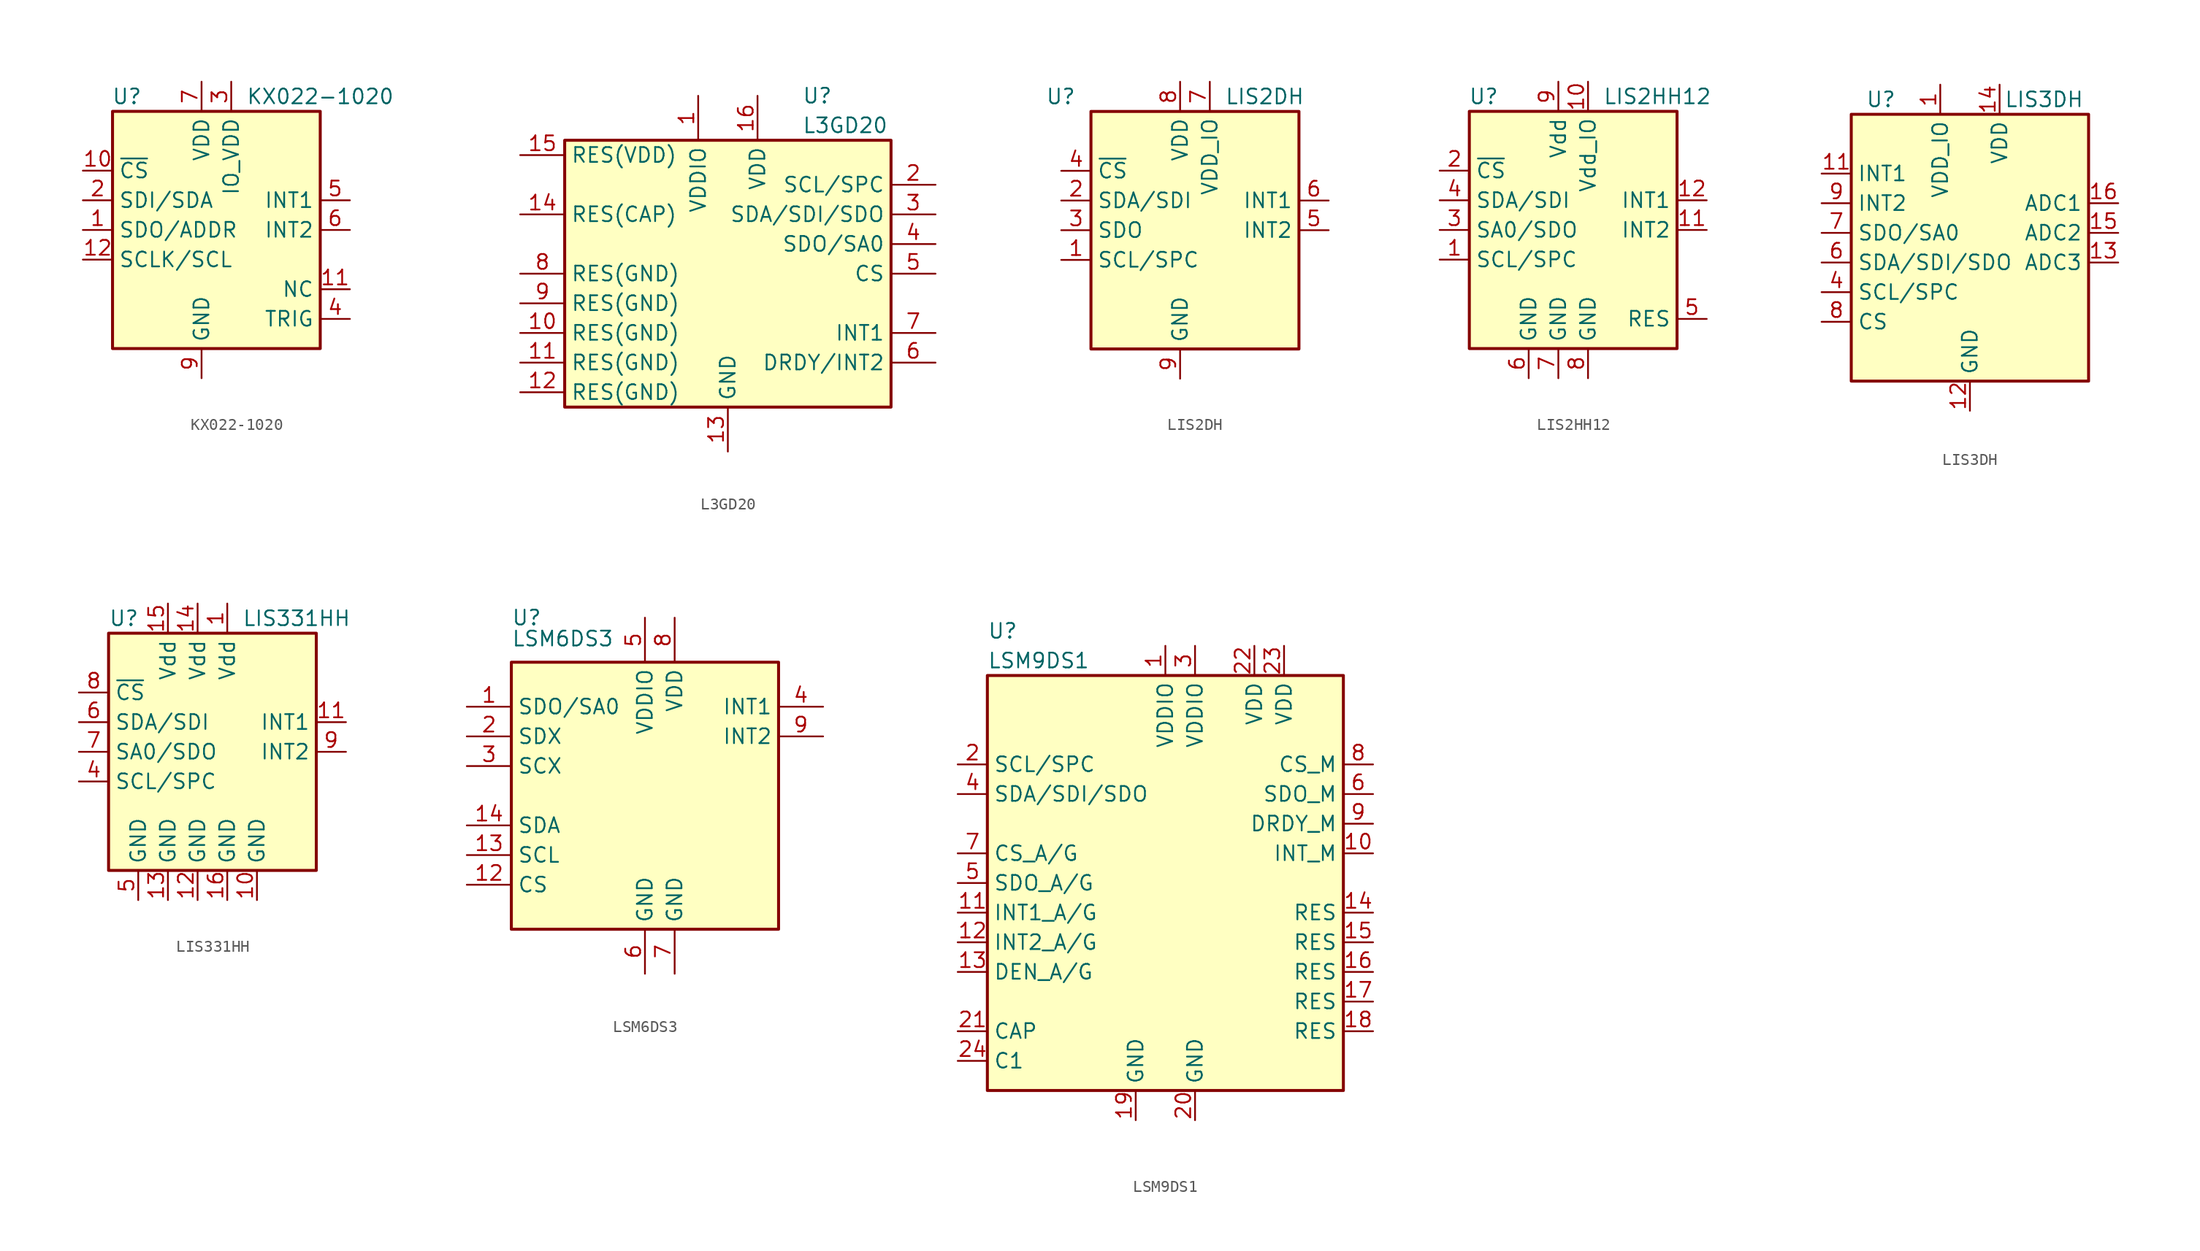
<source format=kicad_sym>
(kicad_symbol_lib
  (version 20201005)
  (generator kicad_symbol_editor)
  (symbol "Sensor_Motion:KX022-1020"
    (property "Reference" "U"
      (at -5.08 11.43 0)
      (effects (font (size 1.27 1.27)) (justify right)))
    (property "Value" "KX022-1020"
      (at 3.81 11.43 0)
      (effects (font (size 1.27 1.27)) (justify left)))
    (symbol "KX022-1020_0_1"
      (rectangle (start -7.62 10.16) (end 10.16 -10.16) (stroke (width 0.254)) (fill (type background))))
    (symbol "KX022-1020_1_1"
      (pin bidirectional line (at -10.16 0 0) (length 2.54) (name "SDO/ADDR" (effects (font (size 1.27 1.27)))) (number "1" (effects (font (size 1.27 1.27)))))
      (pin input line (at -10.16 5.08 0) (length 2.54) (name "~CS" (effects (font (size 1.27 1.27)))) (number "10" (effects (font (size 1.27 1.27)))))
      (pin passive line (at 12.7 -5.08 180) (length 2.54) (name "NC" (effects (font (size 1.27 1.27)))) (number "11" (effects (font (size 1.27 1.27)))))
      (pin input line (at -10.16 -2.54 0) (length 2.54) (name "SCLK/SCL" (effects (font (size 1.27 1.27)))) (number "12" (effects (font (size 1.27 1.27)))))
      (pin bidirectional line (at -10.16 2.54 0) (length 2.54) (name "SDI/SDA" (effects (font (size 1.27 1.27)))) (number "2" (effects (font (size 1.27 1.27)))))
      (pin power_in line (at 2.54 12.7 270) (length 2.54) (name "IO_VDD" (effects (font (size 1.27 1.27)))) (number "3" (effects (font (size 1.27 1.27)))))
      (pin input line (at 12.7 -7.62 180) (length 2.54) (name "TRIG" (effects (font (size 1.27 1.27)))) (number "4" (effects (font (size 1.27 1.27)))))
      (pin output line (at 12.7 2.54 180) (length 2.54) (name "INT1" (effects (font (size 1.27 1.27)))) (number "5" (effects (font (size 1.27 1.27)))))
      (pin output line (at 12.7 0 180) (length 2.54) (name "INT2" (effects (font (size 1.27 1.27)))) (number "6" (effects (font (size 1.27 1.27)))))
      (pin power_in line (at 0 12.7 270) (length 2.54) (name "VDD" (effects (font (size 1.27 1.27)))) (number "7" (effects (font (size 1.27 1.27)))))
      (pin power_in line (at 0 -12.7 90) (length 2.54) (name "GND" (effects (font (size 1.27 1.27)))) (number "9" (effects (font (size 1.27 1.27)))))))
  (symbol "Sensor_Motion:L3GD20"
    (property "Reference" "U"
      (at 6.35 15.24 0)
      (effects (font (size 1.27 1.27)) (justify left)))
    (property "Value" "L3GD20"
      (at 6.35 12.7 0)
      (effects (font (size 1.27 1.27)) (justify left)))
    (symbol "L3GD20_0_1"
      (rectangle (start -13.97 11.43) (end 13.97 -11.43) (stroke (width 0.254)) (fill (type background))))
    (symbol "L3GD20_1_1"
      (pin power_in line (at -2.54 15.24 270) (length 3.81) (name "VDDIO" (effects (font (size 1.27 1.27)))) (number "1" (effects (font (size 1.27 1.27)))))
      (pin passive line (at -17.78 -5.08 0) (length 3.81) (name "RES(GND)" (effects (font (size 1.27 1.27)))) (number "10" (effects (font (size 1.27 1.27)))))
      (pin passive line (at -17.78 -7.62 0) (length 3.81) (name "RES(GND)" (effects (font (size 1.27 1.27)))) (number "11" (effects (font (size 1.27 1.27)))))
      (pin passive line (at -17.78 -10.16 0) (length 3.81) (name "RES(GND)" (effects (font (size 1.27 1.27)))) (number "12" (effects (font (size 1.27 1.27)))))
      (pin power_in line (at 0 -15.24 90) (length 3.81) (name "GND" (effects (font (size 1.27 1.27)))) (number "13" (effects (font (size 1.27 1.27)))))
      (pin passive line (at -17.78 5.08 0) (length 3.81) (name "RES(CAP)" (effects (font (size 1.27 1.27)))) (number "14" (effects (font (size 1.27 1.27)))))
      (pin passive line (at -17.78 10.16 0) (length 3.81) (name "RES(VDD)" (effects (font (size 1.27 1.27)))) (number "15" (effects (font (size 1.27 1.27)))))
      (pin power_in line (at 2.54 15.24 270) (length 3.81) (name "VDD" (effects (font (size 1.27 1.27)))) (number "16" (effects (font (size 1.27 1.27)))))
      (pin input line (at 17.78 7.62 180) (length 3.81) (name "SCL/SPC" (effects (font (size 1.27 1.27)))) (number "2" (effects (font (size 1.27 1.27)))))
      (pin bidirectional line (at 17.78 5.08 180) (length 3.81) (name "SDA/SDI/SDO" (effects (font (size 1.27 1.27)))) (number "3" (effects (font (size 1.27 1.27)))))
      (pin output line (at 17.78 2.54 180) (length 3.81) (name "SDO/SA0" (effects (font (size 1.27 1.27)))) (number "4" (effects (font (size 1.27 1.27)))))
      (pin input line (at 17.78 0 180) (length 3.81) (name "CS" (effects (font (size 1.27 1.27)))) (number "5" (effects (font (size 1.27 1.27)))))
      (pin output line (at 17.78 -7.62 180) (length 3.81) (name "DRDY/INT2" (effects (font (size 1.27 1.27)))) (number "6" (effects (font (size 1.27 1.27)))))
      (pin output line (at 17.78 -5.08 180) (length 3.81) (name "INT1" (effects (font (size 1.27 1.27)))) (number "7" (effects (font (size 1.27 1.27)))))
      (pin passive line (at -17.78 0 0) (length 3.81) (name "RES(GND)" (effects (font (size 1.27 1.27)))) (number "8" (effects (font (size 1.27 1.27)))))
      (pin passive line (at -17.78 -2.54 0) (length 3.81) (name "RES(GND)" (effects (font (size 1.27 1.27)))) (number "9" (effects (font (size 1.27 1.27)))))))
  (symbol "Sensor_Motion:LIS2DH"
    (property "Reference" "U"
      (at -8.89 11.43 0)
      (effects (font (size 1.27 1.27)) (justify right)))
    (property "Value" "LIS2DH"
      (at 3.81 11.43 0)
      (effects (font (size 1.27 1.27)) (justify left)))
    (symbol "LIS2DH_0_1"
      (rectangle (start -7.62 10.16) (end 10.16 -10.16) (stroke (width 0.254)) (fill (type background))))
    (symbol "LIS2DH_1_1"
      (pin input line (at -10.16 -2.54 0) (length 2.54) (name "SCL/SPC" (effects (font (size 1.27 1.27)))) (number "1" (effects (font (size 1.27 1.27)))))
      (pin passive line (at 0 -12.7 90) (length 2.54) hide (name "GND" (effects (font (size 1.27 1.27)))) (number "10" (effects (font (size 1.27 1.27)))))
      (pin passive line (at 0 -12.7 90) (length 2.54) hide (name "GND" (effects (font (size 1.27 1.27)))) (number "11" (effects (font (size 1.27 1.27)))))
      (pin passive line (at 0 -12.7 90) (length 2.54) hide (name "GND" (effects (font (size 1.27 1.27)))) (number "12" (effects (font (size 1.27 1.27)))))
      (pin passive line (at 0 -12.7 90) (length 2.54) hide (name "GND" (effects (font (size 1.27 1.27)))) (number "13" (effects (font (size 1.27 1.27)))))
      (pin passive line (at 0 -12.7 90) (length 2.54) hide (name "GND" (effects (font (size 1.27 1.27)))) (number "14" (effects (font (size 1.27 1.27)))))
      (pin bidirectional line (at -10.16 2.54 0) (length 2.54) (name "SDA/SDI" (effects (font (size 1.27 1.27)))) (number "2" (effects (font (size 1.27 1.27)))))
      (pin bidirectional line (at -10.16 0 0) (length 2.54) (name "SDO" (effects (font (size 1.27 1.27)))) (number "3" (effects (font (size 1.27 1.27)))) (alternate "SA0" passive line))
      (pin input line (at -10.16 5.08 0) (length 2.54) (name "~CS" (effects (font (size 1.27 1.27)))) (number "4" (effects (font (size 1.27 1.27)))))
      (pin output line (at 12.7 0 180) (length 2.54) (name "INT2" (effects (font (size 1.27 1.27)))) (number "5" (effects (font (size 1.27 1.27)))))
      (pin output line (at 12.7 2.54 180) (length 2.54) (name "INT1" (effects (font (size 1.27 1.27)))) (number "6" (effects (font (size 1.27 1.27)))))
      (pin power_in line (at 2.54 12.7 270) (length 2.54) (name "VDD_IO" (effects (font (size 1.27 1.27)))) (number "7" (effects (font (size 1.27 1.27)))))
      (pin power_in line (at 0 12.7 270) (length 2.54) (name "VDD" (effects (font (size 1.27 1.27)))) (number "8" (effects (font (size 1.27 1.27)))))
      (pin power_in line (at 0 -12.7 90) (length 2.54) (name "GND" (effects (font (size 1.27 1.27)))) (number "9" (effects (font (size 1.27 1.27)))))))
  (symbol "Sensor_Motion:LIS2HH12"
    (property "Reference" "U"
      (at -5.08 11.43 0)
      (effects (font (size 1.27 1.27)) (justify right)))
    (property "Value" "LIS2HH12"
      (at 3.81 11.43 0)
      (effects (font (size 1.27 1.27)) (justify left)))
    (symbol "LIS2HH12_0_1"
      (rectangle (start -7.62 10.16) (end 10.16 -10.16) (stroke (width 0.254)) (fill (type background))))
    (symbol "LIS2HH12_1_1"
      (pin input line (at -10.16 -2.54 0) (length 2.54) (name "SCL/SPC" (effects (font (size 1.27 1.27)))) (number "1" (effects (font (size 1.27 1.27)))))
      (pin power_in line (at 2.54 12.7 270) (length 2.54) (name "Vdd_IO" (effects (font (size 1.27 1.27)))) (number "10" (effects (font (size 1.27 1.27)))))
      (pin output line (at 12.7 0 180) (length 2.54) (name "INT2" (effects (font (size 1.27 1.27)))) (number "11" (effects (font (size 1.27 1.27)))))
      (pin output line (at 12.7 2.54 180) (length 2.54) (name "INT1" (effects (font (size 1.27 1.27)))) (number "12" (effects (font (size 1.27 1.27)))))
      (pin input line (at -10.16 5.08 0) (length 2.54) (name "~CS" (effects (font (size 1.27 1.27)))) (number "2" (effects (font (size 1.27 1.27)))))
      (pin bidirectional line (at -10.16 0 0) (length 2.54) (name "SA0/SDO" (effects (font (size 1.27 1.27)))) (number "3" (effects (font (size 1.27 1.27)))))
      (pin bidirectional line (at -10.16 2.54 0) (length 2.54) (name "SDA/SDI" (effects (font (size 1.27 1.27)))) (number "4" (effects (font (size 1.27 1.27)))))
      (pin passive line (at 12.7 -7.62 180) (length 2.54) (name "RES" (effects (font (size 1.27 1.27)))) (number "5" (effects (font (size 1.27 1.27)))))
      (pin power_in line (at -2.54 -12.7 90) (length 2.54) (name "GND" (effects (font (size 1.27 1.27)))) (number "6" (effects (font (size 1.27 1.27)))))
      (pin power_in line (at 0 -12.7 90) (length 2.54) (name "GND" (effects (font (size 1.27 1.27)))) (number "7" (effects (font (size 1.27 1.27)))))
      (pin power_in line (at 2.54 -12.7 90) (length 2.54) (name "GND" (effects (font (size 1.27 1.27)))) (number "8" (effects (font (size 1.27 1.27)))))
      (pin power_in line (at 0 12.7 270) (length 2.54) (name "Vdd" (effects (font (size 1.27 1.27)))) (number "9" (effects (font (size 1.27 1.27)))))))
  (symbol "Sensor_Motion:LIS3DH"
    (property "Reference" "U"
      (at -7.62 11.43 0)
      (effects (font (size 1.27 1.27))))
    (property "Value" "LIS3DH"
      (at 6.35 11.43 0)
      (effects (font (size 1.27 1.27))))
    (symbol "LIS3DH_0_1"
      (rectangle (start -10.16 10.16) (end 10.16 -12.7) (stroke (width 0.254)) (fill (type background))))
    (symbol "LIS3DH_1_1"
      (pin power_in line (at -2.54 12.7 270) (length 2.54) (name "VDD_IO" (effects (font (size 1.27 1.27)))) (number "1" (effects (font (size 1.27 1.27)))))
      (pin passive line (at 0 -15.24 90) (length 2.54) hide (name "GND" (effects (font (size 1.27 1.27)))) (number "10" (effects (font (size 1.27 1.27)))))
      (pin output line (at -12.7 5.08 0) (length 2.54) (name "INT1" (effects (font (size 1.27 1.27)))) (number "11" (effects (font (size 1.27 1.27)))))
      (pin power_in line (at 0 -15.24 90) (length 2.54) (name "GND" (effects (font (size 1.27 1.27)))) (number "12" (effects (font (size 1.27 1.27)))))
      (pin input line (at 12.7 -2.54 180) (length 2.54) (name "ADC3" (effects (font (size 1.27 1.27)))) (number "13" (effects (font (size 1.27 1.27)))))
      (pin power_in line (at 2.54 12.7 270) (length 2.54) (name "VDD" (effects (font (size 1.27 1.27)))) (number "14" (effects (font (size 1.27 1.27)))))
      (pin input line (at 12.7 0 180) (length 2.54) (name "ADC2" (effects (font (size 1.27 1.27)))) (number "15" (effects (font (size 1.27 1.27)))))
      (pin input line (at 12.7 2.54 180) (length 2.54) (name "ADC1" (effects (font (size 1.27 1.27)))) (number "16" (effects (font (size 1.27 1.27)))))
      (pin no_connect line (at 10.16 5.08 180) (length 2.54) hide (name "NC" (effects (font (size 1.27 1.27)))) (number "2" (effects (font (size 1.27 1.27)))))
      (pin no_connect line (at 10.16 7.62 180) (length 2.54) hide (name "NC" (effects (font (size 1.27 1.27)))) (number "3" (effects (font (size 1.27 1.27)))))
      (pin input line (at -12.7 -5.08 0) (length 2.54) (name "SCL/SPC" (effects (font (size 1.27 1.27)))) (number "4" (effects (font (size 1.27 1.27)))))
      (pin passive line (at 0 -15.24 90) (length 2.54) hide (name "GND" (effects (font (size 1.27 1.27)))) (number "5" (effects (font (size 1.27 1.27)))))
      (pin bidirectional line (at -12.7 -2.54 0) (length 2.54) (name "SDA/SDI/SDO" (effects (font (size 1.27 1.27)))) (number "6" (effects (font (size 1.27 1.27)))))
      (pin bidirectional line (at -12.7 0 0) (length 2.54) (name "SDO/SA0" (effects (font (size 1.27 1.27)))) (number "7" (effects (font (size 1.27 1.27)))))
      (pin input line (at -12.7 -7.62 0) (length 2.54) (name "CS" (effects (font (size 1.27 1.27)))) (number "8" (effects (font (size 1.27 1.27)))))
      (pin output line (at -12.7 2.54 0) (length 2.54) (name "INT2" (effects (font (size 1.27 1.27)))) (number "9" (effects (font (size 1.27 1.27)))))))
  (symbol "Sensor_Motion:LIS331HH"
    (property "Reference" "U"
      (at -7.62 11.43 0)
      (effects (font (size 1.27 1.27)) (justify left)))
    (property "Value" "LIS331HH"
      (at 3.81 11.43 0)
      (effects (font (size 1.27 1.27)) (justify left)))
    (symbol "LIS331HH_0_1"
      (rectangle (start -7.62 10.16) (end 10.16 -10.16) (stroke (width 0.254)) (fill (type background))))
    (symbol "LIS331HH_1_1"
      (pin power_in line (at 2.54 12.7 270) (length 2.54) (name "Vdd" (effects (font (size 1.27 1.27)))) (number "1" (effects (font (size 1.27 1.27)))))
      (pin power_in line (at 5.08 -12.7 90) (length 2.54) (name "GND" (effects (font (size 1.27 1.27)))) (number "10" (effects (font (size 1.27 1.27)))))
      (pin output line (at 12.7 2.54 180) (length 2.54) (name "INT1" (effects (font (size 1.27 1.27)))) (number "11" (effects (font (size 1.27 1.27)))))
      (pin power_in line (at 0 -12.7 90) (length 2.54) (name "GND" (effects (font (size 1.27 1.27)))) (number "12" (effects (font (size 1.27 1.27)))))
      (pin power_in line (at -2.54 -12.7 90) (length 2.54) (name "GND" (effects (font (size 1.27 1.27)))) (number "13" (effects (font (size 1.27 1.27)))))
      (pin power_in line (at 0 12.7 270) (length 2.54) (name "Vdd" (effects (font (size 1.27 1.27)))) (number "14" (effects (font (size 1.27 1.27)))))
      (pin power_in line (at -2.54 12.7 270) (length 2.54) (name "Vdd" (effects (font (size 1.27 1.27)))) (number "15" (effects (font (size 1.27 1.27)))))
      (pin power_in line (at 2.54 -12.7 90) (length 2.54) (name "GND" (effects (font (size 1.27 1.27)))) (number "16" (effects (font (size 1.27 1.27)))))
      (pin no_connect line (at 10.16 -2.54 180) (length 2.54) hide (name "NC" (effects (font (size 1.27 1.27)))) (number "2" (effects (font (size 1.27 1.27)))))
      (pin no_connect line (at 10.16 -5.08 180) (length 2.54) hide (name "NC" (effects (font (size 1.27 1.27)))) (number "3" (effects (font (size 1.27 1.27)))))
      (pin input line (at -10.16 -2.54 0) (length 2.54) (name "SCL/SPC" (effects (font (size 1.27 1.27)))) (number "4" (effects (font (size 1.27 1.27)))))
      (pin power_in line (at -5.08 -12.7 90) (length 2.54) (name "GND" (effects (font (size 1.27 1.27)))) (number "5" (effects (font (size 1.27 1.27)))))
      (pin bidirectional line (at -10.16 2.54 0) (length 2.54) (name "SDA/SDI" (effects (font (size 1.27 1.27)))) (number "6" (effects (font (size 1.27 1.27)))))
      (pin output line (at -10.16 0 0) (length 2.54) (name "SA0/SDO" (effects (font (size 1.27 1.27)))) (number "7" (effects (font (size 1.27 1.27)))))
      (pin input line (at -10.16 5.08 0) (length 2.54) (name "~CS" (effects (font (size 1.27 1.27)))) (number "8" (effects (font (size 1.27 1.27)))))
      (pin output line (at 12.7 0 180) (length 2.54) (name "INT2" (effects (font (size 1.27 1.27)))) (number "9" (effects (font (size 1.27 1.27)))))))
  (symbol "Sensor_Motion:LSM6DS3"
    (property "Reference" "U"
      (at -11.43 15.24 0)
      (effects (font (size 1.27 1.27)) (justify left)))
    (property "Value" "LSM6DS3"
      (at -11.43 12.7 0)
      (effects (font (size 1.27 1.27)) (justify left bottom)))
    (symbol "LSM6DS3_0_1"
      (rectangle (start 11.43 11.43) (end -11.43 -11.43) (stroke (width 0.254)) (fill (type background))))
    (symbol "LSM6DS3_1_1"
      (pin bidirectional line (at -15.24 7.62 0) (length 3.81) (name "SDO/SA0" (effects (font (size 1.27 1.27)))) (number "1" (effects (font (size 1.27 1.27)))))
      (pin no_connect line (at 10.16 -5.08 180) (length 3.81) hide (name "NC" (effects (font (size 1.27 1.27)))) (number "10" (effects (font (size 1.27 1.27)))))
      (pin no_connect line (at 10.16 -2.54 180) (length 3.81) hide (name "NC" (effects (font (size 1.27 1.27)))) (number "11" (effects (font (size 1.27 1.27)))))
      (pin input line (at -15.24 -7.62 0) (length 3.81) (name "CS" (effects (font (size 1.27 1.27)))) (number "12" (effects (font (size 1.27 1.27)))))
      (pin input line (at -15.24 -5.08 0) (length 3.81) (name "SCL" (effects (font (size 1.27 1.27)))) (number "13" (effects (font (size 1.27 1.27)))))
      (pin bidirectional line (at -15.24 -2.54 0) (length 3.81) (name "SDA" (effects (font (size 1.27 1.27)))) (number "14" (effects (font (size 1.27 1.27)))))
      (pin bidirectional line (at -15.24 5.08 0) (length 3.81) (name "SDX" (effects (font (size 1.27 1.27)))) (number "2" (effects (font (size 1.27 1.27)))))
      (pin input line (at -15.24 2.54 0) (length 3.81) (name "SCX" (effects (font (size 1.27 1.27)))) (number "3" (effects (font (size 1.27 1.27)))))
      (pin output line (at 15.24 7.62 180) (length 3.81) (name "INT1" (effects (font (size 1.27 1.27)))) (number "4" (effects (font (size 1.27 1.27)))))
      (pin power_in line (at 0 15.24 270) (length 3.81) (name "VDDIO" (effects (font (size 1.27 1.27)))) (number "5" (effects (font (size 1.27 1.27)))))
      (pin power_in line (at 0 -15.24 90) (length 3.81) (name "GND" (effects (font (size 1.27 1.27)))) (number "6" (effects (font (size 1.27 1.27)))))
      (pin power_in line (at 2.54 -15.24 90) (length 3.81) (name "GND" (effects (font (size 1.27 1.27)))) (number "7" (effects (font (size 1.27 1.27)))))
      (pin power_in line (at 2.54 15.24 270) (length 3.81) (name "VDD" (effects (font (size 1.27 1.27)))) (number "8" (effects (font (size 1.27 1.27)))))
      (pin output line (at 15.24 5.08 180) (length 3.81) (name "INT2" (effects (font (size 1.27 1.27)))) (number "9" (effects (font (size 1.27 1.27)))))))
  (symbol "Sensor_Motion:LSM9DS1"
    (property "Reference" "U"
      (at -15.24 21.59 0)
      (effects (font (size 1.27 1.27)) (justify left)))
    (property "Value" "LSM9DS1"
      (at -15.24 19.05 0)
      (effects (font (size 1.27 1.27)) (justify left)))
    (symbol "LSM9DS1_0_1"
      (rectangle (start -15.24 17.78) (end 15.24 -17.78) (stroke (width 0.254)) (fill (type background))))
    (symbol "LSM9DS1_1_1"
      (pin power_in line (at 0 20.32 270) (length 2.54) (name "VDDIO" (effects (font (size 1.27 1.27)))) (number "1" (effects (font (size 1.27 1.27)))))
      (pin output line (at 17.78 2.54 180) (length 2.54) (name "INT_M" (effects (font (size 1.27 1.27)))) (number "10" (effects (font (size 1.27 1.27)))))
      (pin output line (at -17.78 -2.54 0) (length 2.54) (name "INT1_A/G" (effects (font (size 1.27 1.27)))) (number "11" (effects (font (size 1.27 1.27)))))
      (pin output line (at -17.78 -5.08 0) (length 2.54) (name "INT2_A/G" (effects (font (size 1.27 1.27)))) (number "12" (effects (font (size 1.27 1.27)))))
      (pin input line (at -17.78 -7.62 0) (length 2.54) (name "DEN_A/G" (effects (font (size 1.27 1.27)))) (number "13" (effects (font (size 1.27 1.27)))))
      (pin bidirectional line (at 17.78 -2.54 180) (length 2.54) (name "RES" (effects (font (size 1.27 1.27)))) (number "14" (effects (font (size 1.27 1.27)))))
      (pin bidirectional line (at 17.78 -5.08 180) (length 2.54) (name "RES" (effects (font (size 1.27 1.27)))) (number "15" (effects (font (size 1.27 1.27)))))
      (pin bidirectional line (at 17.78 -7.62 180) (length 2.54) (name "RES" (effects (font (size 1.27 1.27)))) (number "16" (effects (font (size 1.27 1.27)))))
      (pin bidirectional line (at 17.78 -10.16 180) (length 2.54) (name "RES" (effects (font (size 1.27 1.27)))) (number "17" (effects (font (size 1.27 1.27)))))
      (pin bidirectional line (at 17.78 -12.7 180) (length 2.54) (name "RES" (effects (font (size 1.27 1.27)))) (number "18" (effects (font (size 1.27 1.27)))))
      (pin power_in line (at -2.54 -20.32 90) (length 2.54) (name "GND" (effects (font (size 1.27 1.27)))) (number "19" (effects (font (size 1.27 1.27)))))
      (pin input line (at -17.78 10.16 0) (length 2.54) (name "SCL/SPC" (effects (font (size 1.27 1.27)))) (number "2" (effects (font (size 1.27 1.27)))))
      (pin power_in line (at 2.54 -20.32 90) (length 2.54) (name "GND" (effects (font (size 1.27 1.27)))) (number "20" (effects (font (size 1.27 1.27)))))
      (pin passive line (at -17.78 -12.7 0) (length 2.54) (name "CAP" (effects (font (size 1.27 1.27)))) (number "21" (effects (font (size 1.27 1.27)))))
      (pin power_in line (at 7.62 20.32 270) (length 2.54) (name "VDD" (effects (font (size 1.27 1.27)))) (number "22" (effects (font (size 1.27 1.27)))))
      (pin power_in line (at 10.16 20.32 270) (length 2.54) (name "VDD" (effects (font (size 1.27 1.27)))) (number "23" (effects (font (size 1.27 1.27)))))
      (pin passive line (at -17.78 -15.24 0) (length 2.54) (name "C1" (effects (font (size 1.27 1.27)))) (number "24" (effects (font (size 1.27 1.27)))))
      (pin power_in line (at 2.54 20.32 270) (length 2.54) (name "VDDIO" (effects (font (size 1.27 1.27)))) (number "3" (effects (font (size 1.27 1.27)))))
      (pin bidirectional line (at -17.78 7.62 0) (length 2.54) (name "SDA/SDI/SDO" (effects (font (size 1.27 1.27)))) (number "4" (effects (font (size 1.27 1.27)))))
      (pin output line (at -17.78 0 0) (length 2.54) (name "SDO_A/G" (effects (font (size 1.27 1.27)))) (number "5" (effects (font (size 1.27 1.27)))))
      (pin output line (at 17.78 7.62 180) (length 2.54) (name "SDO_M" (effects (font (size 1.27 1.27)))) (number "6" (effects (font (size 1.27 1.27)))))
      (pin input line (at -17.78 2.54 0) (length 2.54) (name "CS_A/G" (effects (font (size 1.27 1.27)))) (number "7" (effects (font (size 1.27 1.27)))))
      (pin input line (at 17.78 10.16 180) (length 2.54) (name "CS_M" (effects (font (size 1.27 1.27)))) (number "8" (effects (font (size 1.27 1.27)))))
      (pin output line (at 17.78 5.08 180) (length 2.54) (name "DRDY_M" (effects (font (size 1.27 1.27)))) (number "9" (effects (font (size 1.27 1.27))))))))
</source>
